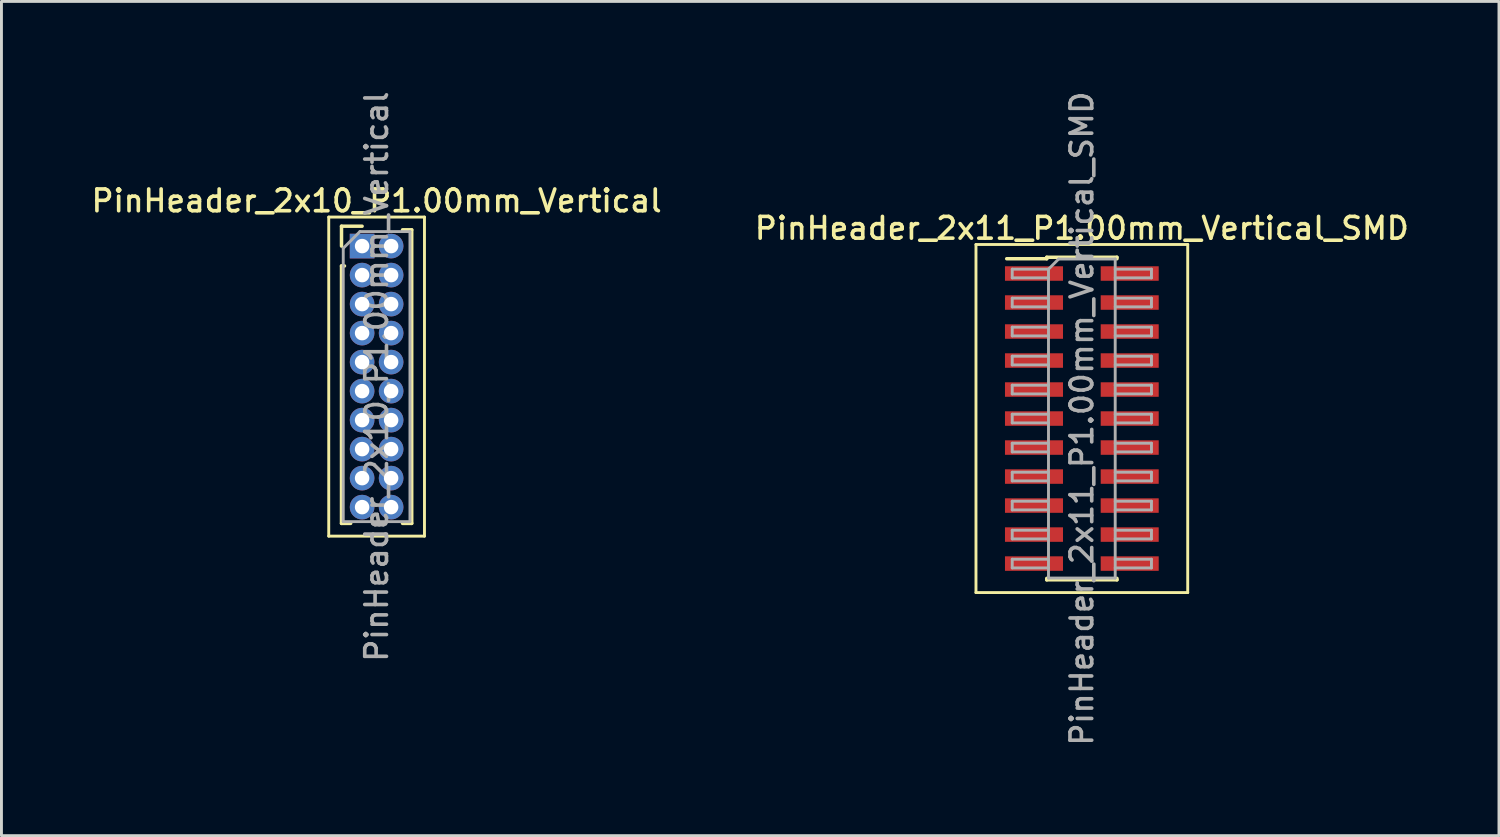
<source format=kicad_pcb>
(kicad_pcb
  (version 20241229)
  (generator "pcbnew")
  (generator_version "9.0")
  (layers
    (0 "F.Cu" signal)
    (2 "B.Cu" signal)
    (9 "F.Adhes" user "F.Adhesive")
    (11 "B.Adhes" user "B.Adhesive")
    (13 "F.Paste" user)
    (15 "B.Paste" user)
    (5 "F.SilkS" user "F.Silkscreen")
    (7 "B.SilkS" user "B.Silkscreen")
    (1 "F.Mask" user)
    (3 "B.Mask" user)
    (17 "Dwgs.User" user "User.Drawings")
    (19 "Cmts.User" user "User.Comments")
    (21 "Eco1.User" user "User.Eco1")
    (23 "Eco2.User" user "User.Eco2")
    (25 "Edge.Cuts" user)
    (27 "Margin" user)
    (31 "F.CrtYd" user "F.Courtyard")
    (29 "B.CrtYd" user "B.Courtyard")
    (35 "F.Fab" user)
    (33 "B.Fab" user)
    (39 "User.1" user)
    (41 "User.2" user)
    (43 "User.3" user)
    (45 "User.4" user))
  (footprint "PinHeader_2x10_P1.00mm_Vertical"
    (layer "F.Cu")
    (at 9.434 5.434)
    (property "Reference" "PinHeader_2x10_P1.00mm_Vertical" (at 0.5 -1.56 0) (layer "F.SilkS") (effects (font (size 0.75 0.75) (thickness 0.125))))
    (attr through_hole)
    (fp_line (start -1.15 -1) (end -1.15 10) (stroke (width 0.1) (type solid)) (layer "F.SilkS"))
    (fp_line (start -1.15 10) (end 2.15 10) (stroke (width 0.1) (type solid)) (layer "F.SilkS"))
    (fp_line (start -0.71 -0.685) (end 0 -0.685) (stroke (width 0.12) (type solid)) (layer "F.SilkS"))
    (fp_line (start -0.71 0) (end -0.71 -0.685) (stroke (width 0.12) (type solid)) (layer "F.SilkS"))
    (fp_line (start -0.71 0.685) (end -0.71 9.56) (stroke (width 0.12) (type solid)) (layer "F.SilkS"))
    (fp_line (start -0.71 0.685) (end -0.608 0.685) (stroke (width 0.12) (type solid)) (layer "F.SilkS"))
    (fp_line (start -0.71 9.56) (end -0.394 9.56) (stroke (width 0.12) (type solid)) (layer "F.SilkS"))
    (fp_line (start 0.394 9.56) (end 0.606 9.56) (stroke (width 0.12) (type solid)) (layer "F.SilkS"))
    (fp_line (start 1.394 -0.56) (end 1.71 -0.56) (stroke (width 0.12) (type solid)) (layer "F.SilkS"))
    (fp_line (start 1.394 9.56) (end 1.71 9.56) (stroke (width 0.12) (type solid)) (layer "F.SilkS"))
    (fp_line (start 1.71 -0.56) (end 1.71 9.56) (stroke (width 0.12) (type solid)) (layer "F.SilkS"))
    (fp_line (start 2.15 -1) (end -1.15 -1) (stroke (width 0.1) (type solid)) (layer "F.SilkS"))
    (fp_line (start 2.15 10) (end 2.15 -1) (stroke (width 0.1) (type solid)) (layer "F.SilkS"))
    (fp_line (start -0.65 0.075) (end -0.075 -0.5) (stroke (width 0.1) (type solid)) (layer "F.Fab"))
    (fp_line (start -0.65 9.5) (end -0.65 0.075) (stroke (width 0.1) (type solid)) (layer "F.Fab"))
    (fp_line (start -0.075 -0.5) (end 1.65 -0.5) (stroke (width 0.1) (type solid)) (layer "F.Fab"))
    (fp_line (start 1.65 -0.5) (end 1.65 9.5) (stroke (width 0.1) (type solid)) (layer "F.Fab"))
    (fp_line (start 1.65 9.5) (end -0.65 9.5) (stroke (width 0.1) (type solid)) (layer "F.Fab"))
    (fp_text user "${REFERENCE}" (at 0.5 4.5 90) (layer "F.Fab") (effects (font (size 0.75 0.75) (thickness 0.125))))
    (pad "1" thru_hole rect (at 0 0) (size 0.85 0.85) (drill 0.5) (layers "*.Cu" "*.Mask"))
    (pad "2" thru_hole oval (at 1 0) (size 0.85 0.85) (drill 0.5) (layers "*.Cu" "*.Mask"))
    (pad "3" thru_hole oval (at 0 1) (size 0.85 0.85) (drill 0.5) (layers "*.Cu" "*.Mask"))
    (pad "4" thru_hole oval (at 1 1) (size 0.85 0.85) (drill 0.5) (layers "*.Cu" "*.Mask"))
    (pad "5" thru_hole oval (at 0 2) (size 0.85 0.85) (drill 0.5) (layers "*.Cu" "*.Mask"))
    (pad "6" thru_hole oval (at 1 2) (size 0.85 0.85) (drill 0.5) (layers "*.Cu" "*.Mask"))
    (pad "7" thru_hole oval (at 0 3) (size 0.85 0.85) (drill 0.5) (layers "*.Cu" "*.Mask"))
    (pad "8" thru_hole oval (at 1 3) (size 0.85 0.85) (drill 0.5) (layers "*.Cu" "*.Mask"))
    (pad "9" thru_hole oval (at 0 4) (size 0.85 0.85) (drill 0.5) (layers "*.Cu" "*.Mask"))
    (pad "10" thru_hole oval (at 1 4) (size 0.85 0.85) (drill 0.5) (layers "*.Cu" "*.Mask"))
    (pad "11" thru_hole oval (at 0 5) (size 0.85 0.85) (drill 0.5) (layers "*.Cu" "*.Mask"))
    (pad "12" thru_hole oval (at 1 5) (size 0.85 0.85) (drill 0.5) (layers "*.Cu" "*.Mask"))
    (pad "13" thru_hole oval (at 0 6) (size 0.85 0.85) (drill 0.5) (layers "*.Cu" "*.Mask"))
    (pad "14" thru_hole oval (at 1 6) (size 0.85 0.85) (drill 0.5) (layers "*.Cu" "*.Mask"))
    (pad "15" thru_hole oval (at 0 7) (size 0.85 0.85) (drill 0.5) (layers "*.Cu" "*.Mask"))
    (pad "16" thru_hole oval (at 1 7) (size 0.85 0.85) (drill 0.5) (layers "*.Cu" "*.Mask"))
    (pad "17" thru_hole oval (at 0 8) (size 0.85 0.85) (drill 0.5) (layers "*.Cu" "*.Mask"))
    (pad "18" thru_hole oval (at 1 8) (size 0.85 0.85) (drill 0.5) (layers "*.Cu" "*.Mask"))
    (pad "19" thru_hole oval (at 0 9) (size 0.85 0.85) (drill 0.5) (layers "*.Cu" "*.Mask"))
    (pad "20" thru_hole oval (at 1 9) (size 0.85 0.85) (drill 0.5) (layers "*.Cu" "*.Mask")))
  (footprint "PinHeader_2x11_P1.00mm_Vertical_SMD"
    (layer "F.Cu")
    (at 34.248 11.38)
    (property "Reference" "PinHeader_2x11_P1.00mm_Vertical_SMD" (at 0 -6.56 0) (layer "F.SilkS") (effects (font (size 0.75 0.75) (thickness 0.125))))
    (attr smd)
    (fp_line (start -3.65 -6) (end -3.65 6) (stroke (width 0.1) (type solid)) (layer "F.SilkS"))
    (fp_line (start -3.65 6) (end 3.65 6) (stroke (width 0.1) (type solid)) (layer "F.SilkS"))
    (fp_line (start -2.59 -5.51) (end -1.21 -5.51) (stroke (width 0.12) (type solid)) (layer "F.SilkS"))
    (fp_line (start -1.21 -5.56) (end -1.21 -5.51) (stroke (width 0.12) (type solid)) (layer "F.SilkS"))
    (fp_line (start -1.21 -5.56) (end 1.21 -5.56) (stroke (width 0.12) (type solid)) (layer "F.SilkS"))
    (fp_line (start -1.21 5.51) (end -1.21 5.56) (stroke (width 0.12) (type solid)) (layer "F.SilkS"))
    (fp_line (start -1.21 5.56) (end 1.21 5.56) (stroke (width 0.12) (type solid)) (layer "F.SilkS"))
    (fp_line (start 1.21 -5.56) (end 1.21 -5.51) (stroke (width 0.12) (type solid)) (layer "F.SilkS"))
    (fp_line (start 1.21 5.51) (end 1.21 5.56) (stroke (width 0.12) (type solid)) (layer "F.SilkS"))
    (fp_line (start 3.65 -6) (end -3.65 -6) (stroke (width 0.1) (type solid)) (layer "F.SilkS"))
    (fp_line (start 3.65 6) (end 3.65 -6) (stroke (width 0.1) (type solid)) (layer "F.SilkS"))
    (fp_line (start -2.4 -5.15) (end -2.4 -4.85) (stroke (width 0.1) (type solid)) (layer "F.Fab"))
    (fp_line (start -2.4 -4.85) (end -1.15 -4.85) (stroke (width 0.1) (type solid)) (layer "F.Fab"))
    (fp_line (start -2.4 -4.15) (end -2.4 -3.85) (stroke (width 0.1) (type solid)) (layer "F.Fab"))
    (fp_line (start -2.4 -3.85) (end -1.15 -3.85) (stroke (width 0.1) (type solid)) (layer "F.Fab"))
    (fp_line (start -2.4 -3.15) (end -2.4 -2.85) (stroke (width 0.1) (type solid)) (layer "F.Fab"))
    (fp_line (start -2.4 -2.85) (end -1.15 -2.85) (stroke (width 0.1) (type solid)) (layer "F.Fab"))
    (fp_line (start -2.4 -2.15) (end -2.4 -1.85) (stroke (width 0.1) (type solid)) (layer "F.Fab"))
    (fp_line (start -2.4 -1.85) (end -1.15 -1.85) (stroke (width 0.1) (type solid)) (layer "F.Fab"))
    (fp_line (start -2.4 -1.15) (end -2.4 -0.85) (stroke (width 0.1) (type solid)) (layer "F.Fab"))
    (fp_line (start -2.4 -0.85) (end -1.15 -0.85) (stroke (width 0.1) (type solid)) (layer "F.Fab"))
    (fp_line (start -2.4 -0.15) (end -2.4 0.15) (stroke (width 0.1) (type solid)) (layer "F.Fab"))
    (fp_line (start -2.4 0.15) (end -1.15 0.15) (stroke (width 0.1) (type solid)) (layer "F.Fab"))
    (fp_line (start -2.4 0.85) (end -2.4 1.15) (stroke (width 0.1) (type solid)) (layer "F.Fab"))
    (fp_line (start -2.4 1.15) (end -1.15 1.15) (stroke (width 0.1) (type solid)) (layer "F.Fab"))
    (fp_line (start -2.4 1.85) (end -2.4 2.15) (stroke (width 0.1) (type solid)) (layer "F.Fab"))
    (fp_line (start -2.4 2.15) (end -1.15 2.15) (stroke (width 0.1) (type solid)) (layer "F.Fab"))
    (fp_line (start -2.4 2.85) (end -2.4 3.15) (stroke (width 0.1) (type solid)) (layer "F.Fab"))
    (fp_line (start -2.4 3.15) (end -1.15 3.15) (stroke (width 0.1) (type solid)) (layer "F.Fab"))
    (fp_line (start -2.4 3.85) (end -2.4 4.15) (stroke (width 0.1) (type solid)) (layer "F.Fab"))
    (fp_line (start -2.4 4.15) (end -1.15 4.15) (stroke (width 0.1) (type solid)) (layer "F.Fab"))
    (fp_line (start -2.4 4.85) (end -2.4 5.15) (stroke (width 0.1) (type solid)) (layer "F.Fab"))
    (fp_line (start -2.4 5.15) (end -1.15 5.15) (stroke (width 0.1) (type solid)) (layer "F.Fab"))
    (fp_line (start -1.15 -5.15) (end -2.4 -5.15) (stroke (width 0.1) (type solid)) (layer "F.Fab"))
    (fp_line (start -1.15 -5.15) (end -0.8 -5.5) (stroke (width 0.1) (type solid)) (layer "F.Fab"))
    (fp_line (start -1.15 -4.15) (end -2.4 -4.15) (stroke (width 0.1) (type solid)) (layer "F.Fab"))
    (fp_line (start -1.15 -3.15) (end -2.4 -3.15) (stroke (width 0.1) (type solid)) (layer "F.Fab"))
    (fp_line (start -1.15 -2.15) (end -2.4 -2.15) (stroke (width 0.1) (type solid)) (layer "F.Fab"))
    (fp_line (start -1.15 -1.15) (end -2.4 -1.15) (stroke (width 0.1) (type solid)) (layer "F.Fab"))
    (fp_line (start -1.15 -0.15) (end -2.4 -0.15) (stroke (width 0.1) (type solid)) (layer "F.Fab"))
    (fp_line (start -1.15 0.85) (end -2.4 0.85) (stroke (width 0.1) (type solid)) (layer "F.Fab"))
    (fp_line (start -1.15 1.85) (end -2.4 1.85) (stroke (width 0.1) (type solid)) (layer "F.Fab"))
    (fp_line (start -1.15 2.85) (end -2.4 2.85) (stroke (width 0.1) (type solid)) (layer "F.Fab"))
    (fp_line (start -1.15 3.85) (end -2.4 3.85) (stroke (width 0.1) (type solid)) (layer "F.Fab"))
    (fp_line (start -1.15 4.85) (end -2.4 4.85) (stroke (width 0.1) (type solid)) (layer "F.Fab"))
    (fp_line (start -1.15 5.5) (end -1.15 -5.15) (stroke (width 0.1) (type solid)) (layer "F.Fab"))
    (fp_line (start -0.8 -5.5) (end 1.15 -5.5) (stroke (width 0.1) (type solid)) (layer "F.Fab"))
    (fp_line (start 1.15 -5.5) (end 1.15 5.5) (stroke (width 0.1) (type solid)) (layer "F.Fab"))
    (fp_line (start 1.15 -5.15) (end 2.4 -5.15) (stroke (width 0.1) (type solid)) (layer "F.Fab"))
    (fp_line (start 1.15 -4.15) (end 2.4 -4.15) (stroke (width 0.1) (type solid)) (layer "F.Fab"))
    (fp_line (start 1.15 -3.15) (end 2.4 -3.15) (stroke (width 0.1) (type solid)) (layer "F.Fab"))
    (fp_line (start 1.15 -2.15) (end 2.4 -2.15) (stroke (width 0.1) (type solid)) (layer "F.Fab"))
    (fp_line (start 1.15 -1.15) (end 2.4 -1.15) (stroke (width 0.1) (type solid)) (layer "F.Fab"))
    (fp_line (start 1.15 -0.15) (end 2.4 -0.15) (stroke (width 0.1) (type solid)) (layer "F.Fab"))
    (fp_line (start 1.15 0.85) (end 2.4 0.85) (stroke (width 0.1) (type solid)) (layer "F.Fab"))
    (fp_line (start 1.15 1.85) (end 2.4 1.85) (stroke (width 0.1) (type solid)) (layer "F.Fab"))
    (fp_line (start 1.15 2.85) (end 2.4 2.85) (stroke (width 0.1) (type solid)) (layer "F.Fab"))
    (fp_line (start 1.15 3.85) (end 2.4 3.85) (stroke (width 0.1) (type solid)) (layer "F.Fab"))
    (fp_line (start 1.15 4.85) (end 2.4 4.85) (stroke (width 0.1) (type solid)) (layer "F.Fab"))
    (fp_line (start 1.15 5.5) (end -1.15 5.5) (stroke (width 0.1) (type solid)) (layer "F.Fab"))
    (fp_line (start 2.4 -5.15) (end 2.4 -4.85) (stroke (width 0.1) (type solid)) (layer "F.Fab"))
    (fp_line (start 2.4 -4.85) (end 1.15 -4.85) (stroke (width 0.1) (type solid)) (layer "F.Fab"))
    (fp_line (start 2.4 -4.15) (end 2.4 -3.85) (stroke (width 0.1) (type solid)) (layer "F.Fab"))
    (fp_line (start 2.4 -3.85) (end 1.15 -3.85) (stroke (width 0.1) (type solid)) (layer "F.Fab"))
    (fp_line (start 2.4 -3.15) (end 2.4 -2.85) (stroke (width 0.1) (type solid)) (layer "F.Fab"))
    (fp_line (start 2.4 -2.85) (end 1.15 -2.85) (stroke (width 0.1) (type solid)) (layer "F.Fab"))
    (fp_line (start 2.4 -2.15) (end 2.4 -1.85) (stroke (width 0.1) (type solid)) (layer "F.Fab"))
    (fp_line (start 2.4 -1.85) (end 1.15 -1.85) (stroke (width 0.1) (type solid)) (layer "F.Fab"))
    (fp_line (start 2.4 -1.15) (end 2.4 -0.85) (stroke (width 0.1) (type solid)) (layer "F.Fab"))
    (fp_line (start 2.4 -0.85) (end 1.15 -0.85) (stroke (width 0.1) (type solid)) (layer "F.Fab"))
    (fp_line (start 2.4 -0.15) (end 2.4 0.15) (stroke (width 0.1) (type solid)) (layer "F.Fab"))
    (fp_line (start 2.4 0.15) (end 1.15 0.15) (stroke (width 0.1) (type solid)) (layer "F.Fab"))
    (fp_line (start 2.4 0.85) (end 2.4 1.15) (stroke (width 0.1) (type solid)) (layer "F.Fab"))
    (fp_line (start 2.4 1.15) (end 1.15 1.15) (stroke (width 0.1) (type solid)) (layer "F.Fab"))
    (fp_line (start 2.4 1.85) (end 2.4 2.15) (stroke (width 0.1) (type solid)) (layer "F.Fab"))
    (fp_line (start 2.4 2.15) (end 1.15 2.15) (stroke (width 0.1) (type solid)) (layer "F.Fab"))
    (fp_line (start 2.4 2.85) (end 2.4 3.15) (stroke (width 0.1) (type solid)) (layer "F.Fab"))
    (fp_line (start 2.4 3.15) (end 1.15 3.15) (stroke (width 0.1) (type solid)) (layer "F.Fab"))
    (fp_line (start 2.4 3.85) (end 2.4 4.15) (stroke (width 0.1) (type solid)) (layer "F.Fab"))
    (fp_line (start 2.4 4.15) (end 1.15 4.15) (stroke (width 0.1) (type solid)) (layer "F.Fab"))
    (fp_line (start 2.4 4.85) (end 2.4 5.15) (stroke (width 0.1) (type solid)) (layer "F.Fab"))
    (fp_line (start 2.4 5.15) (end 1.15 5.15) (stroke (width 0.1) (type solid)) (layer "F.Fab"))
    (fp_text user "${REFERENCE}" (at 0 0 90) (layer "F.Fab") (effects (font (size 0.75 0.75) (thickness 0.125))))
    (pad "1" smd rect (at -1.65 -5) (size 2 0.5) (layers "F.Cu" "F.Mask" "F.Paste"))
    (pad "2" smd rect (at 1.65 -5) (size 2 0.5) (layers "F.Cu" "F.Mask" "F.Paste"))
    (pad "3" smd rect (at -1.65 -4) (size 2 0.5) (layers "F.Cu" "F.Mask" "F.Paste"))
    (pad "4" smd rect (at 1.65 -4) (size 2 0.5) (layers "F.Cu" "F.Mask" "F.Paste"))
    (pad "5" smd rect (at -1.65 -3) (size 2 0.5) (layers "F.Cu" "F.Mask" "F.Paste"))
    (pad "6" smd rect (at 1.65 -3) (size 2 0.5) (layers "F.Cu" "F.Mask" "F.Paste"))
    (pad "7" smd rect (at -1.65 -2) (size 2 0.5) (layers "F.Cu" "F.Mask" "F.Paste"))
    (pad "8" smd rect (at 1.65 -2) (size 2 0.5) (layers "F.Cu" "F.Mask" "F.Paste"))
    (pad "9" smd rect (at -1.65 -1) (size 2 0.5) (layers "F.Cu" "F.Mask" "F.Paste"))
    (pad "10" smd rect (at 1.65 -1) (size 2 0.5) (layers "F.Cu" "F.Mask" "F.Paste"))
    (pad "11" smd rect (at -1.65 0) (size 2 0.5) (layers "F.Cu" "F.Mask" "F.Paste"))
    (pad "12" smd rect (at 1.65 0) (size 2 0.5) (layers "F.Cu" "F.Mask" "F.Paste"))
    (pad "13" smd rect (at -1.65 1) (size 2 0.5) (layers "F.Cu" "F.Mask" "F.Paste"))
    (pad "14" smd rect (at 1.65 1) (size 2 0.5) (layers "F.Cu" "F.Mask" "F.Paste"))
    (pad "15" smd rect (at -1.65 2) (size 2 0.5) (layers "F.Cu" "F.Mask" "F.Paste"))
    (pad "16" smd rect (at 1.65 2) (size 2 0.5) (layers "F.Cu" "F.Mask" "F.Paste"))
    (pad "17" smd rect (at -1.65 3) (size 2 0.5) (layers "F.Cu" "F.Mask" "F.Paste"))
    (pad "18" smd rect (at 1.65 3) (size 2 0.5) (layers "F.Cu" "F.Mask" "F.Paste"))
    (pad "19" smd rect (at -1.65 4) (size 2 0.5) (layers "F.Cu" "F.Mask" "F.Paste"))
    (pad "20" smd rect (at 1.65 4) (size 2 0.5) (layers "F.Cu" "F.Mask" "F.Paste"))
    (pad "21" smd rect (at -1.65 5) (size 2 0.5) (layers "F.Cu" "F.Mask" "F.Paste"))
    (pad "22" smd rect (at 1.65 5) (size 2 0.5) (layers "F.Cu" "F.Mask" "F.Paste")))
  (gr_rect
    (start -3 -3)
    (end 48.629 25.761)
    (stroke (width 0.1) (type default))
    (fill no)
    (layer "Edge.Cuts")))
</source>
